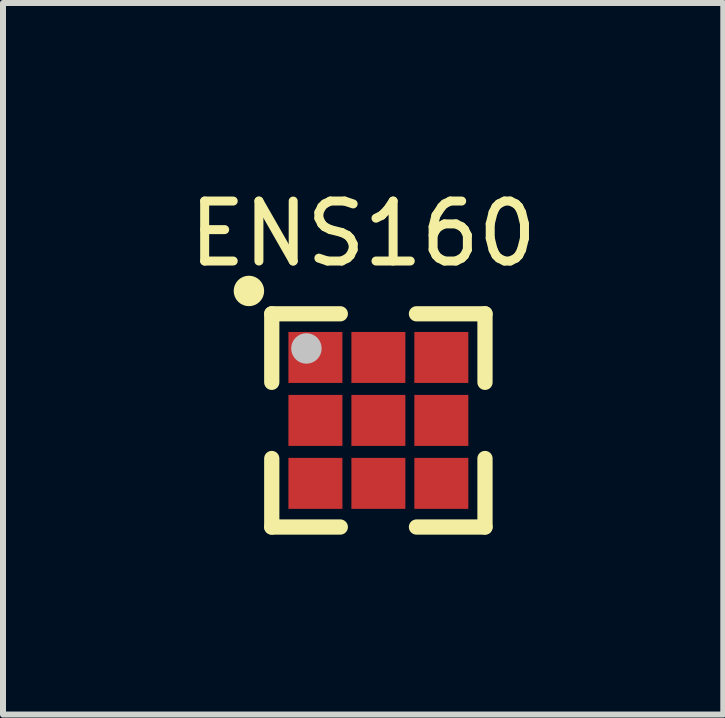
<source format=kicad_pcb>
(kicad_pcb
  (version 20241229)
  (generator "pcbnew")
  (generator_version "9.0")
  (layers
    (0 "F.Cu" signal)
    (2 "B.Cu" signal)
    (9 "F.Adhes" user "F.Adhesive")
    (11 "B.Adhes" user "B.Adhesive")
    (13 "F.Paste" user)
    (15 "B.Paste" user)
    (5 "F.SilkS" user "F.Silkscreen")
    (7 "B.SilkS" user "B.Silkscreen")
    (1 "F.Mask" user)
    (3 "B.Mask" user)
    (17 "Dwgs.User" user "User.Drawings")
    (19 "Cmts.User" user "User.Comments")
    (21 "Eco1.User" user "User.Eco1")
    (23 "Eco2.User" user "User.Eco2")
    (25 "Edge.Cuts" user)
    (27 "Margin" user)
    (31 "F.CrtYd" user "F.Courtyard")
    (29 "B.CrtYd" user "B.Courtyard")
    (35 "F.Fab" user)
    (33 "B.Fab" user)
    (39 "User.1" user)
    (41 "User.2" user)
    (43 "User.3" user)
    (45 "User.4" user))
  (footprint "ENS160"
    (layer "F.Cu")
    (at 3.26 3.961)
    (property "Reference" "ENS160" (at -0.254 -3.113 0) (layer "F.SilkS") (effects (font (size 1 1) (thickness 0.15))))
    (fp_line (start -1.778 -1.778) (end -0.635 -1.778) (stroke (width 0.254) (type default)) (layer "F.SilkS"))
    (fp_line (start -1.778 -0.635) (end -1.778 -1.778) (stroke (width 0.254) (type default)) (layer "F.SilkS"))
    (fp_line (start -1.778 1.778) (end -1.778 0.635) (stroke (width 0.254) (type default)) (layer "F.SilkS"))
    (fp_line (start -0.635 1.778) (end -1.778 1.778) (stroke (width 0.254) (type default)) (layer "F.SilkS"))
    (fp_line (start 0.635 -1.778) (end 1.778 -1.778) (stroke (width 0.254) (type default)) (layer "F.SilkS"))
    (fp_line (start 1.778 -1.778) (end 1.778 -0.635) (stroke (width 0.254) (type default)) (layer "F.SilkS"))
    (fp_line (start 1.778 0.635) (end 1.778 1.778) (stroke (width 0.254) (type default)) (layer "F.SilkS"))
    (fp_line (start 1.778 1.778) (end 0.635 1.778) (stroke (width 0.254) (type default)) (layer "F.SilkS"))
    (fp_circle (center -2.159 -2.159) (end -2.032 -2.159) (stroke (width 0.254) (type default)) (fill no) (layer "F.SilkS"))
    (fp_circle (center -1.2 -1.2) (end -1.073 -1.2) (stroke (width 0.254) (type default)) (fill no) (layer "Dwgs.User"))
    (fp_poly (pts (xy -1.4 -1.4) (xy -0.7 -1.4) (xy -0.7 -0.7) (xy -1.4 -0.7)) (stroke (width 0.1) (type default)) (fill no) (layer "User.1"))
    (fp_poly (pts (xy -1.4 -0.35) (xy -0.7 -0.35) (xy -0.7 0.35) (xy -1.4 0.35)) (stroke (width 0.1) (type default)) (fill no) (layer "User.1"))
    (fp_poly (pts (xy -1.4 0.7) (xy -0.7 0.7) (xy -0.7 1.4) (xy -1.4 1.4)) (stroke (width 0.1) (type default)) (fill no) (layer "User.1"))
    (fp_poly (pts (xy -0.35 -1.4) (xy 0.35 -1.4) (xy 0.35 -0.7) (xy -0.35 -0.7)) (stroke (width 0.1) (type default)) (fill no) (layer "User.1"))
    (fp_poly (pts (xy -0.35 -0.35) (xy 0.35 -0.35) (xy 0.35 0.35) (xy -0.35 0.35)) (stroke (width 0.1) (type default)) (fill no) (layer "User.1"))
    (fp_poly (pts (xy -0.35 0.7) (xy 0.35 0.7) (xy 0.35 1.4) (xy -0.35 1.4)) (stroke (width 0.1) (type default)) (fill no) (layer "User.1"))
    (fp_poly (pts (xy 0.7 -1.4) (xy 1.4 -1.4) (xy 1.4 -0.7) (xy 0.7 -0.7)) (stroke (width 0.1) (type default)) (fill no) (layer "User.1"))
    (fp_poly (pts (xy 0.7 -0.35) (xy 1.4 -0.35) (xy 1.4 0.35) (xy 0.7 0.35)) (stroke (width 0.1) (type default)) (fill no) (layer "User.1"))
    (fp_poly (pts (xy 0.7 0.7) (xy 1.4 0.7) (xy 1.4 1.4) (xy 0.7 1.4)) (stroke (width 0.1) (type default)) (fill no) (layer "User.1"))
    (fp_line (start -1.5 -1.5) (end 1.5 -1.5) (stroke (width 0.051) (type default)) (layer "User.2"))
    (fp_line (start -1.5 1.5) (end -1.5 -1.5) (stroke (width 0.051) (type default)) (layer "User.2"))
    (fp_line (start 1.5 -1.5) (end 1.5 1.5) (stroke (width 0.051) (type default)) (layer "User.2"))
    (fp_line (start 1.5 1.5) (end -1.5 1.5) (stroke (width 0.051) (type default)) (layer "User.2"))
    (fp_poly (pts (xy -1.445 -1.523) (xy -1.477 -1.555) (xy -1.523 -1.555) (xy -1.555 -1.523) (xy -1.555 -1.477) (xy -1.523 -1.445) (xy -1.477 -1.445) (xy -1.445 -1.477)) (stroke (width 0.1) (type default)) (fill no) (layer "User.3"))
    (pad "1" smd rect (at -1.05 -1.05) (size 0.9 0.85) (layers "F.Cu" "F.Mask" "F.Paste"))
    (pad "2" smd rect (at -1.05 0) (size 0.9 0.85) (layers "F.Cu" "F.Mask" "F.Paste"))
    (pad "3" smd rect (at -1.05 1.05) (size 0.9 0.85) (layers "F.Cu" "F.Mask" "F.Paste"))
    (pad "4" smd rect (at 0 1.05) (size 0.9 0.85) (layers "F.Cu" "F.Mask" "F.Paste"))
    (pad "5" smd rect (at 1.05 1.05) (size 0.9 0.85) (layers "F.Cu" "F.Mask" "F.Paste"))
    (pad "6" smd rect (at 1.05 0) (size 0.9 0.85) (layers "F.Cu" "F.Mask" "F.Paste"))
    (pad "7" smd rect (at 1.05 -1.05) (size 0.9 0.85) (layers "F.Cu" "F.Mask" "F.Paste"))
    (pad "8" smd rect (at 0 -1.05) (size 0.9 0.85) (layers "F.Cu" "F.Mask" "F.Paste"))
    (pad "9" smd rect (at 0 0) (size 0.9 0.85) (layers "F.Cu" "F.Mask" "F.Paste")))
  (gr_rect
    (start -3 -3)
    (end 9.012 8.866)
    (stroke (width 0.1) (type default))
    (fill no)
    (layer "Edge.Cuts")))
</source>
